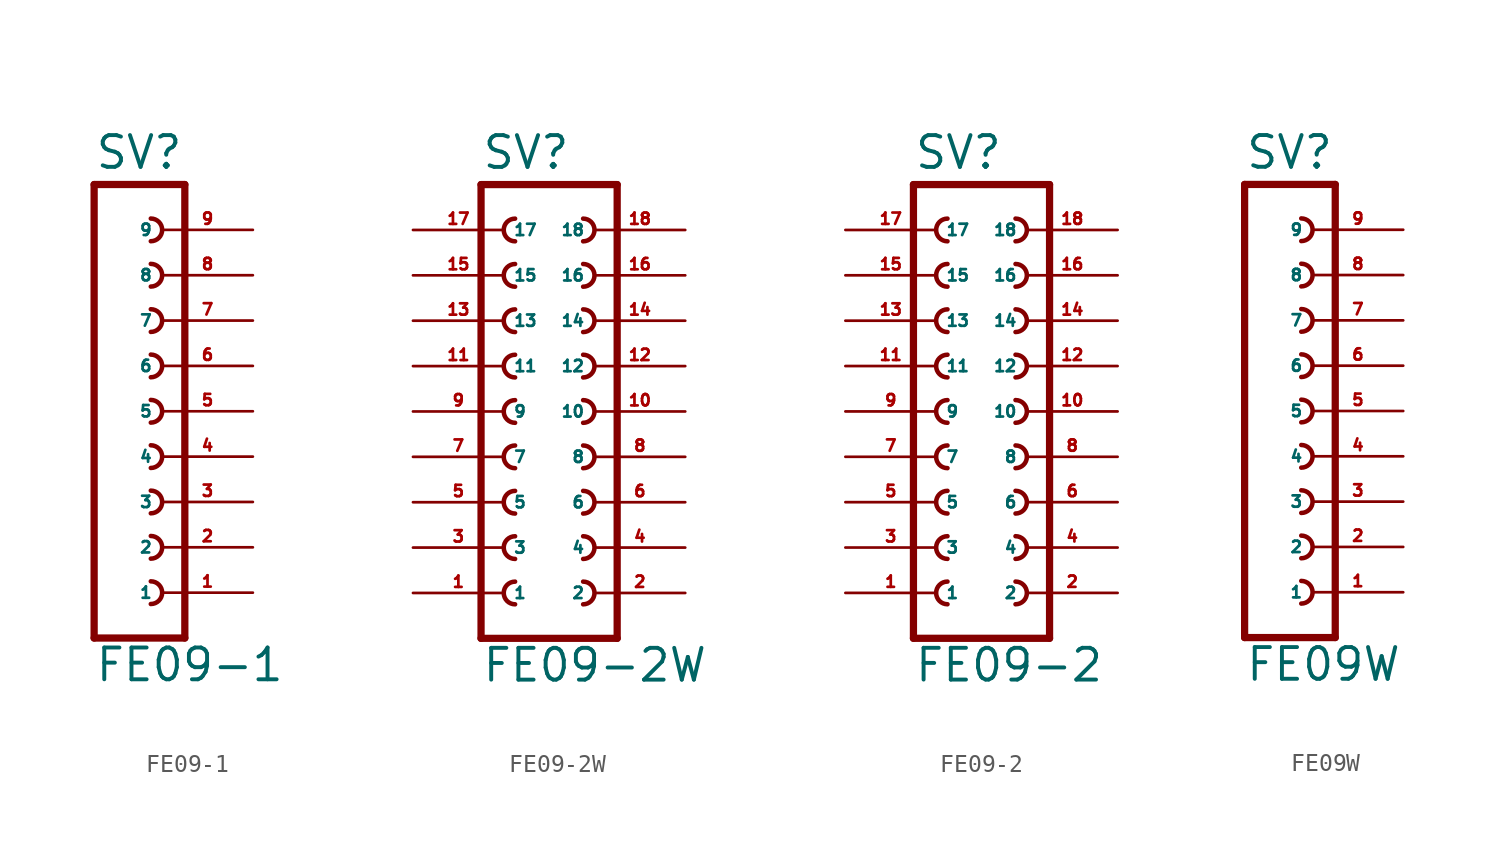
<source format=kicad_sym>
(kicad_symbol_lib
  (version 20220914)
  (generator Eagle2Kicad)
  (symbol "FE09-1"
    (property "Reference" "SV"
      (at -1.27 13.462 0)
      (effects (font (size 1.778 1.778) (thickness 0.22)) (justify left bottom)))
    (property "Value" "FE09-1"
      (at -1.27 -15.24 0)
      (effects (font (size 1.778 1.778) (thickness 0.22)) (justify left bottom)))
    (polyline
      (pts (xy 3.81 -12.7) (xy -1.27 -12.7))
      (stroke (width 0.406) (type default))
      (fill (type none)))
    (arc
      (start 1.905 -5.715)
      (mid 2.540 -5.080)
      (end 1.905 -4.445)
      (stroke (width 0.254) (type default))
      (fill (type none)))
    (arc
      (start 1.905 -8.255)
      (mid 2.540 -7.620)
      (end 1.905 -6.985)
      (stroke (width 0.254) (type default))
      (fill (type none)))
    (arc
      (start 1.905 -10.795)
      (mid 2.540 -10.160)
      (end 1.905 -9.525)
      (stroke (width 0.254) (type default))
      (fill (type none)))
    (polyline
      (pts (xy -1.27 12.7) (xy -1.27 -12.7))
      (stroke (width 0.406) (type default))
      (fill (type none)))
    (polyline
      (pts (xy 3.81 -12.7) (xy 3.81 12.7))
      (stroke (width 0.406) (type default))
      (fill (type none)))
    (polyline
      (pts (xy -1.27 12.7) (xy 3.81 12.7))
      (stroke (width 0.406) (type default))
      (fill (type none)))
    (arc
      (start 1.905 -0.635)
      (mid 2.540 0.000)
      (end 1.905 0.635)
      (stroke (width 0.254) (type default))
      (fill (type none)))
    (arc
      (start 1.905 -3.175)
      (mid 2.540 -2.540)
      (end 1.905 -1.905)
      (stroke (width 0.254) (type default))
      (fill (type none)))
    (arc
      (start 1.905 1.905)
      (mid 2.540 2.540)
      (end 1.905 3.175)
      (stroke (width 0.254) (type default))
      (fill (type none)))
    (arc
      (start 1.905 4.445)
      (mid 2.540 5.080)
      (end 1.905 5.715)
      (stroke (width 0.254) (type default))
      (fill (type none)))
    (arc
      (start 1.905 6.985)
      (mid 2.540 7.620)
      (end 1.905 8.255)
      (stroke (width 0.254) (type default))
      (fill (type none)))
    (arc
      (start 1.905 9.525)
      (mid 2.540 10.160)
      (end 1.905 10.795)
      (stroke (width 0.254) (type default))
      (fill (type none)))
    (pin passive line
      (at 7.62 -10.16 180)
      (length 5.08)
      (name "1" (effects (font (size 0.635 0.635) (thickness 0.08)) (justify left bottom)))
      (number "1" (effects (font (size 0.635 0.635) (thickness 0.08)) (justify left bottom))))
    (pin passive line
      (at 7.62 -7.62 180)
      (length 5.08)
      (name "2" (effects (font (size 0.635 0.635) (thickness 0.08)) (justify left bottom)))
      (number "2" (effects (font (size 0.635 0.635) (thickness 0.08)) (justify left bottom))))
    (pin passive line
      (at 7.62 -5.08 180)
      (length 5.08)
      (name "3" (effects (font (size 0.635 0.635) (thickness 0.08)) (justify left bottom)))
      (number "3" (effects (font (size 0.635 0.635) (thickness 0.08)) (justify left bottom))))
    (pin passive line
      (at 7.62 -2.54 180)
      (length 5.08)
      (name "4" (effects (font (size 0.635 0.635) (thickness 0.08)) (justify left bottom)))
      (number "4" (effects (font (size 0.635 0.635) (thickness 0.08)) (justify left bottom))))
    (pin passive line
      (at 7.62 0 180)
      (length 5.08)
      (name "5" (effects (font (size 0.635 0.635) (thickness 0.08)) (justify left bottom)))
      (number "5" (effects (font (size 0.635 0.635) (thickness 0.08)) (justify left bottom))))
    (pin passive line
      (at 7.62 2.54 180)
      (length 5.08)
      (name "6" (effects (font (size 0.635 0.635) (thickness 0.08)) (justify left bottom)))
      (number "6" (effects (font (size 0.635 0.635) (thickness 0.08)) (justify left bottom))))
    (pin passive line
      (at 7.62 5.08 180)
      (length 5.08)
      (name "7" (effects (font (size 0.635 0.635) (thickness 0.08)) (justify left bottom)))
      (number "7" (effects (font (size 0.635 0.635) (thickness 0.08)) (justify left bottom))))
    (pin passive line
      (at 7.62 7.62 180)
      (length 5.08)
      (name "8" (effects (font (size 0.635 0.635) (thickness 0.08)) (justify left bottom)))
      (number "8" (effects (font (size 0.635 0.635) (thickness 0.08)) (justify left bottom))))
    (pin passive line
      (at 7.62 10.16 180)
      (length 5.08)
      (name "9" (effects (font (size 0.635 0.635) (thickness 0.08)) (justify left bottom)))
      (number "9" (effects (font (size 0.635 0.635) (thickness 0.08)) (justify left bottom)))))
  (symbol "FE09-2W"
    (property "Reference" "SV"
      (at -3.81 13.462 0)
      (effects (font (size 1.778 1.778) (thickness 0.22)) (justify left bottom)))
    (property "Value" "FE09-2W"
      (at -3.81 -15.24 0)
      (effects (font (size 1.778 1.778) (thickness 0.22)) (justify left bottom)))
    (polyline
      (pts (xy 3.81 -12.7) (xy -3.81 -12.7))
      (stroke (width 0.406) (type default))
      (fill (type none)))
    (arc
      (start -1.905 -4.445)
      (mid -2.540 -5.080)
      (end -1.905 -5.715)
      (stroke (width 0.254) (type default))
      (fill (type none)))
    (arc
      (start -1.905 -6.985)
      (mid -2.540 -7.620)
      (end -1.905 -8.255)
      (stroke (width 0.254) (type default))
      (fill (type none)))
    (arc
      (start -1.905 -9.525)
      (mid -2.540 -10.160)
      (end -1.905 -10.795)
      (stroke (width 0.254) (type default))
      (fill (type none)))
    (arc
      (start 1.905 -5.715)
      (mid 2.540 -5.080)
      (end 1.905 -4.445)
      (stroke (width 0.254) (type default))
      (fill (type none)))
    (arc
      (start 1.905 -8.255)
      (mid 2.540 -7.620)
      (end 1.905 -6.985)
      (stroke (width 0.254) (type default))
      (fill (type none)))
    (arc
      (start 1.905 -10.795)
      (mid 2.540 -10.160)
      (end 1.905 -9.525)
      (stroke (width 0.254) (type default))
      (fill (type none)))
    (arc
      (start -1.905 0.635)
      (mid -2.540 0.000)
      (end -1.905 -0.635)
      (stroke (width 0.254) (type default))
      (fill (type none)))
    (arc
      (start -1.905 -1.905)
      (mid -2.540 -2.540)
      (end -1.905 -3.175)
      (stroke (width 0.254) (type default))
      (fill (type none)))
    (arc
      (start 1.905 -0.635)
      (mid 2.540 0.000)
      (end 1.905 0.635)
      (stroke (width 0.254) (type default))
      (fill (type none)))
    (arc
      (start 1.905 -3.175)
      (mid 2.540 -2.540)
      (end 1.905 -1.905)
      (stroke (width 0.254) (type default))
      (fill (type none)))
    (arc
      (start -1.905 8.255)
      (mid -2.540 7.620)
      (end -1.905 6.985)
      (stroke (width 0.254) (type default))
      (fill (type none)))
    (arc
      (start -1.905 5.715)
      (mid -2.540 5.080)
      (end -1.905 4.445)
      (stroke (width 0.254) (type default))
      (fill (type none)))
    (arc
      (start -1.905 3.175)
      (mid -2.540 2.540)
      (end -1.905 1.905)
      (stroke (width 0.254) (type default))
      (fill (type none)))
    (arc
      (start 1.905 6.985)
      (mid 2.540 7.620)
      (end 1.905 8.255)
      (stroke (width 0.254) (type default))
      (fill (type none)))
    (arc
      (start 1.905 4.445)
      (mid 2.540 5.080)
      (end 1.905 5.715)
      (stroke (width 0.254) (type default))
      (fill (type none)))
    (arc
      (start 1.905 1.905)
      (mid 2.540 2.540)
      (end 1.905 3.175)
      (stroke (width 0.254) (type default))
      (fill (type none)))
    (polyline
      (pts (xy -3.81 12.7) (xy -3.81 -12.7))
      (stroke (width 0.406) (type default))
      (fill (type none)))
    (polyline
      (pts (xy 3.81 -12.7) (xy 3.81 12.7))
      (stroke (width 0.406) (type default))
      (fill (type none)))
    (polyline
      (pts (xy -3.81 12.7) (xy 3.81 12.7))
      (stroke (width 0.406) (type default))
      (fill (type none)))
    (arc
      (start -1.905 10.795)
      (mid -2.540 10.160)
      (end -1.905 9.525)
      (stroke (width 0.254) (type default))
      (fill (type none)))
    (arc
      (start 1.905 9.525)
      (mid 2.540 10.160)
      (end 1.905 10.795)
      (stroke (width 0.254) (type default))
      (fill (type none)))
    (pin passive line
      (at -7.62 -10.16 0)
      (length 5.08)
      (name "1" (effects (font (size 0.635 0.635) (thickness 0.08)) (justify left bottom)))
      (number "1" (effects (font (size 0.635 0.635) (thickness 0.08)) (justify left bottom))))
    (pin passive line
      (at -7.62 -7.62 0)
      (length 5.08)
      (name "3" (effects (font (size 0.635 0.635) (thickness 0.08)) (justify left bottom)))
      (number "3" (effects (font (size 0.635 0.635) (thickness 0.08)) (justify left bottom))))
    (pin passive line
      (at -7.62 -5.08 0)
      (length 5.08)
      (name "5" (effects (font (size 0.635 0.635) (thickness 0.08)) (justify left bottom)))
      (number "5" (effects (font (size 0.635 0.635) (thickness 0.08)) (justify left bottom))))
    (pin passive line
      (at 7.62 -10.16 180)
      (length 5.08)
      (name "2" (effects (font (size 0.635 0.635) (thickness 0.08)) (justify left bottom)))
      (number "2" (effects (font (size 0.635 0.635) (thickness 0.08)) (justify left bottom))))
    (pin passive line
      (at 7.62 -7.62 180)
      (length 5.08)
      (name "4" (effects (font (size 0.635 0.635) (thickness 0.08)) (justify left bottom)))
      (number "4" (effects (font (size 0.635 0.635) (thickness 0.08)) (justify left bottom))))
    (pin passive line
      (at 7.62 -5.08 180)
      (length 5.08)
      (name "6" (effects (font (size 0.635 0.635) (thickness 0.08)) (justify left bottom)))
      (number "6" (effects (font (size 0.635 0.635) (thickness 0.08)) (justify left bottom))))
    (pin passive line
      (at -7.62 -2.54 0)
      (length 5.08)
      (name "7" (effects (font (size 0.635 0.635) (thickness 0.08)) (justify left bottom)))
      (number "7" (effects (font (size 0.635 0.635) (thickness 0.08)) (justify left bottom))))
    (pin passive line
      (at -7.62 0 0)
      (length 5.08)
      (name "9" (effects (font (size 0.635 0.635) (thickness 0.08)) (justify left bottom)))
      (number "9" (effects (font (size 0.635 0.635) (thickness 0.08)) (justify left bottom))))
    (pin passive line
      (at 7.62 -2.54 180)
      (length 5.08)
      (name "8" (effects (font (size 0.635 0.635) (thickness 0.08)) (justify left bottom)))
      (number "8" (effects (font (size 0.635 0.635) (thickness 0.08)) (justify left bottom))))
    (pin passive line
      (at 7.62 0 180)
      (length 5.08)
      (name "10" (effects (font (size 0.635 0.635) (thickness 0.08)) (justify left bottom)))
      (number "10" (effects (font (size 0.635 0.635) (thickness 0.08)) (justify left bottom))))
    (pin passive line
      (at -7.62 2.54 0)
      (length 5.08)
      (name "11" (effects (font (size 0.635 0.635) (thickness 0.08)) (justify left bottom)))
      (number "11" (effects (font (size 0.635 0.635) (thickness 0.08)) (justify left bottom))))
    (pin passive line
      (at -7.62 5.08 0)
      (length 5.08)
      (name "13" (effects (font (size 0.635 0.635) (thickness 0.08)) (justify left bottom)))
      (number "13" (effects (font (size 0.635 0.635) (thickness 0.08)) (justify left bottom))))
    (pin passive line
      (at -7.62 7.62 0)
      (length 5.08)
      (name "15" (effects (font (size 0.635 0.635) (thickness 0.08)) (justify left bottom)))
      (number "15" (effects (font (size 0.635 0.635) (thickness 0.08)) (justify left bottom))))
    (pin passive line
      (at 7.62 2.54 180)
      (length 5.08)
      (name "12" (effects (font (size 0.635 0.635) (thickness 0.08)) (justify left bottom)))
      (number "12" (effects (font (size 0.635 0.635) (thickness 0.08)) (justify left bottom))))
    (pin passive line
      (at 7.62 5.08 180)
      (length 5.08)
      (name "14" (effects (font (size 0.635 0.635) (thickness 0.08)) (justify left bottom)))
      (number "14" (effects (font (size 0.635 0.635) (thickness 0.08)) (justify left bottom))))
    (pin passive line
      (at 7.62 7.62 180)
      (length 5.08)
      (name "16" (effects (font (size 0.635 0.635) (thickness 0.08)) (justify left bottom)))
      (number "16" (effects (font (size 0.635 0.635) (thickness 0.08)) (justify left bottom))))
    (pin passive line
      (at -7.62 10.16 0)
      (length 5.08)
      (name "17" (effects (font (size 0.635 0.635) (thickness 0.08)) (justify left bottom)))
      (number "17" (effects (font (size 0.635 0.635) (thickness 0.08)) (justify left bottom))))
    (pin passive line
      (at 7.62 10.16 180)
      (length 5.08)
      (name "18" (effects (font (size 0.635 0.635) (thickness 0.08)) (justify left bottom)))
      (number "18" (effects (font (size 0.635 0.635) (thickness 0.08)) (justify left bottom)))))
  (symbol "FE09-2"
    (property "Reference" "SV"
      (at -3.81 13.462 0)
      (effects (font (size 1.778 1.778) (thickness 0.22)) (justify left bottom)))
    (property "Value" "FE09-2"
      (at -3.81 -15.24 0)
      (effects (font (size 1.778 1.778) (thickness 0.22)) (justify left bottom)))
    (polyline
      (pts (xy 3.81 -12.7) (xy -3.81 -12.7))
      (stroke (width 0.406) (type default))
      (fill (type none)))
    (arc
      (start -1.905 -4.445)
      (mid -2.540 -5.080)
      (end -1.905 -5.715)
      (stroke (width 0.254) (type default))
      (fill (type none)))
    (arc
      (start -1.905 -6.985)
      (mid -2.540 -7.620)
      (end -1.905 -8.255)
      (stroke (width 0.254) (type default))
      (fill (type none)))
    (arc
      (start -1.905 -9.525)
      (mid -2.540 -10.160)
      (end -1.905 -10.795)
      (stroke (width 0.254) (type default))
      (fill (type none)))
    (arc
      (start 1.905 -5.715)
      (mid 2.540 -5.080)
      (end 1.905 -4.445)
      (stroke (width 0.254) (type default))
      (fill (type none)))
    (arc
      (start 1.905 -8.255)
      (mid 2.540 -7.620)
      (end 1.905 -6.985)
      (stroke (width 0.254) (type default))
      (fill (type none)))
    (arc
      (start 1.905 -10.795)
      (mid 2.540 -10.160)
      (end 1.905 -9.525)
      (stroke (width 0.254) (type default))
      (fill (type none)))
    (arc
      (start -1.905 0.635)
      (mid -2.540 0.000)
      (end -1.905 -0.635)
      (stroke (width 0.254) (type default))
      (fill (type none)))
    (arc
      (start -1.905 -1.905)
      (mid -2.540 -2.540)
      (end -1.905 -3.175)
      (stroke (width 0.254) (type default))
      (fill (type none)))
    (arc
      (start 1.905 -0.635)
      (mid 2.540 0.000)
      (end 1.905 0.635)
      (stroke (width 0.254) (type default))
      (fill (type none)))
    (arc
      (start 1.905 -3.175)
      (mid 2.540 -2.540)
      (end 1.905 -1.905)
      (stroke (width 0.254) (type default))
      (fill (type none)))
    (arc
      (start -1.905 8.255)
      (mid -2.540 7.620)
      (end -1.905 6.985)
      (stroke (width 0.254) (type default))
      (fill (type none)))
    (arc
      (start -1.905 5.715)
      (mid -2.540 5.080)
      (end -1.905 4.445)
      (stroke (width 0.254) (type default))
      (fill (type none)))
    (arc
      (start -1.905 3.175)
      (mid -2.540 2.540)
      (end -1.905 1.905)
      (stroke (width 0.254) (type default))
      (fill (type none)))
    (arc
      (start 1.905 6.985)
      (mid 2.540 7.620)
      (end 1.905 8.255)
      (stroke (width 0.254) (type default))
      (fill (type none)))
    (arc
      (start 1.905 4.445)
      (mid 2.540 5.080)
      (end 1.905 5.715)
      (stroke (width 0.254) (type default))
      (fill (type none)))
    (arc
      (start 1.905 1.905)
      (mid 2.540 2.540)
      (end 1.905 3.175)
      (stroke (width 0.254) (type default))
      (fill (type none)))
    (polyline
      (pts (xy -3.81 12.7) (xy -3.81 -12.7))
      (stroke (width 0.406) (type default))
      (fill (type none)))
    (polyline
      (pts (xy 3.81 -12.7) (xy 3.81 12.7))
      (stroke (width 0.406) (type default))
      (fill (type none)))
    (polyline
      (pts (xy -3.81 12.7) (xy 3.81 12.7))
      (stroke (width 0.406) (type default))
      (fill (type none)))
    (arc
      (start -1.905 10.795)
      (mid -2.540 10.160)
      (end -1.905 9.525)
      (stroke (width 0.254) (type default))
      (fill (type none)))
    (arc
      (start 1.905 9.525)
      (mid 2.540 10.160)
      (end 1.905 10.795)
      (stroke (width 0.254) (type default))
      (fill (type none)))
    (pin passive line
      (at -7.62 -10.16 0)
      (length 5.08)
      (name "1" (effects (font (size 0.635 0.635) (thickness 0.08)) (justify left bottom)))
      (number "1" (effects (font (size 0.635 0.635) (thickness 0.08)) (justify left bottom))))
    (pin passive line
      (at -7.62 -7.62 0)
      (length 5.08)
      (name "3" (effects (font (size 0.635 0.635) (thickness 0.08)) (justify left bottom)))
      (number "3" (effects (font (size 0.635 0.635) (thickness 0.08)) (justify left bottom))))
    (pin passive line
      (at -7.62 -5.08 0)
      (length 5.08)
      (name "5" (effects (font (size 0.635 0.635) (thickness 0.08)) (justify left bottom)))
      (number "5" (effects (font (size 0.635 0.635) (thickness 0.08)) (justify left bottom))))
    (pin passive line
      (at 7.62 -10.16 180)
      (length 5.08)
      (name "2" (effects (font (size 0.635 0.635) (thickness 0.08)) (justify left bottom)))
      (number "2" (effects (font (size 0.635 0.635) (thickness 0.08)) (justify left bottom))))
    (pin passive line
      (at 7.62 -7.62 180)
      (length 5.08)
      (name "4" (effects (font (size 0.635 0.635) (thickness 0.08)) (justify left bottom)))
      (number "4" (effects (font (size 0.635 0.635) (thickness 0.08)) (justify left bottom))))
    (pin passive line
      (at 7.62 -5.08 180)
      (length 5.08)
      (name "6" (effects (font (size 0.635 0.635) (thickness 0.08)) (justify left bottom)))
      (number "6" (effects (font (size 0.635 0.635) (thickness 0.08)) (justify left bottom))))
    (pin passive line
      (at -7.62 -2.54 0)
      (length 5.08)
      (name "7" (effects (font (size 0.635 0.635) (thickness 0.08)) (justify left bottom)))
      (number "7" (effects (font (size 0.635 0.635) (thickness 0.08)) (justify left bottom))))
    (pin passive line
      (at -7.62 0 0)
      (length 5.08)
      (name "9" (effects (font (size 0.635 0.635) (thickness 0.08)) (justify left bottom)))
      (number "9" (effects (font (size 0.635 0.635) (thickness 0.08)) (justify left bottom))))
    (pin passive line
      (at 7.62 -2.54 180)
      (length 5.08)
      (name "8" (effects (font (size 0.635 0.635) (thickness 0.08)) (justify left bottom)))
      (number "8" (effects (font (size 0.635 0.635) (thickness 0.08)) (justify left bottom))))
    (pin passive line
      (at 7.62 0 180)
      (length 5.08)
      (name "10" (effects (font (size 0.635 0.635) (thickness 0.08)) (justify left bottom)))
      (number "10" (effects (font (size 0.635 0.635) (thickness 0.08)) (justify left bottom))))
    (pin passive line
      (at -7.62 2.54 0)
      (length 5.08)
      (name "11" (effects (font (size 0.635 0.635) (thickness 0.08)) (justify left bottom)))
      (number "11" (effects (font (size 0.635 0.635) (thickness 0.08)) (justify left bottom))))
    (pin passive line
      (at -7.62 5.08 0)
      (length 5.08)
      (name "13" (effects (font (size 0.635 0.635) (thickness 0.08)) (justify left bottom)))
      (number "13" (effects (font (size 0.635 0.635) (thickness 0.08)) (justify left bottom))))
    (pin passive line
      (at -7.62 7.62 0)
      (length 5.08)
      (name "15" (effects (font (size 0.635 0.635) (thickness 0.08)) (justify left bottom)))
      (number "15" (effects (font (size 0.635 0.635) (thickness 0.08)) (justify left bottom))))
    (pin passive line
      (at 7.62 2.54 180)
      (length 5.08)
      (name "12" (effects (font (size 0.635 0.635) (thickness 0.08)) (justify left bottom)))
      (number "12" (effects (font (size 0.635 0.635) (thickness 0.08)) (justify left bottom))))
    (pin passive line
      (at 7.62 5.08 180)
      (length 5.08)
      (name "14" (effects (font (size 0.635 0.635) (thickness 0.08)) (justify left bottom)))
      (number "14" (effects (font (size 0.635 0.635) (thickness 0.08)) (justify left bottom))))
    (pin passive line
      (at 7.62 7.62 180)
      (length 5.08)
      (name "16" (effects (font (size 0.635 0.635) (thickness 0.08)) (justify left bottom)))
      (number "16" (effects (font (size 0.635 0.635) (thickness 0.08)) (justify left bottom))))
    (pin passive line
      (at -7.62 10.16 0)
      (length 5.08)
      (name "17" (effects (font (size 0.635 0.635) (thickness 0.08)) (justify left bottom)))
      (number "17" (effects (font (size 0.635 0.635) (thickness 0.08)) (justify left bottom))))
    (pin passive line
      (at 7.62 10.16 180)
      (length 5.08)
      (name "18" (effects (font (size 0.635 0.635) (thickness 0.08)) (justify left bottom)))
      (number "18" (effects (font (size 0.635 0.635) (thickness 0.08)) (justify left bottom)))))
  (symbol "FE09W"
    (property "Reference" "SV"
      (at -1.27 13.462 0)
      (effects (font (size 1.778 1.778) (thickness 0.22)) (justify left bottom)))
    (property "Value" "FE09W"
      (at -1.27 -15.24 0)
      (effects (font (size 1.778 1.778) (thickness 0.22)) (justify left bottom)))
    (polyline
      (pts (xy 3.81 -12.7) (xy -1.27 -12.7))
      (stroke (width 0.406) (type default))
      (fill (type none)))
    (arc
      (start 1.905 -5.715)
      (mid 2.540 -5.080)
      (end 1.905 -4.445)
      (stroke (width 0.254) (type default))
      (fill (type none)))
    (arc
      (start 1.905 -8.255)
      (mid 2.540 -7.620)
      (end 1.905 -6.985)
      (stroke (width 0.254) (type default))
      (fill (type none)))
    (arc
      (start 1.905 -10.795)
      (mid 2.540 -10.160)
      (end 1.905 -9.525)
      (stroke (width 0.254) (type default))
      (fill (type none)))
    (polyline
      (pts (xy -1.27 12.7) (xy -1.27 -12.7))
      (stroke (width 0.406) (type default))
      (fill (type none)))
    (polyline
      (pts (xy 3.81 -12.7) (xy 3.81 12.7))
      (stroke (width 0.406) (type default))
      (fill (type none)))
    (polyline
      (pts (xy -1.27 12.7) (xy 3.81 12.7))
      (stroke (width 0.406) (type default))
      (fill (type none)))
    (arc
      (start 1.905 -0.635)
      (mid 2.540 0.000)
      (end 1.905 0.635)
      (stroke (width 0.254) (type default))
      (fill (type none)))
    (arc
      (start 1.905 -3.175)
      (mid 2.540 -2.540)
      (end 1.905 -1.905)
      (stroke (width 0.254) (type default))
      (fill (type none)))
    (arc
      (start 1.905 1.905)
      (mid 2.540 2.540)
      (end 1.905 3.175)
      (stroke (width 0.254) (type default))
      (fill (type none)))
    (arc
      (start 1.905 4.445)
      (mid 2.540 5.080)
      (end 1.905 5.715)
      (stroke (width 0.254) (type default))
      (fill (type none)))
    (arc
      (start 1.905 6.985)
      (mid 2.540 7.620)
      (end 1.905 8.255)
      (stroke (width 0.254) (type default))
      (fill (type none)))
    (arc
      (start 1.905 9.525)
      (mid 2.540 10.160)
      (end 1.905 10.795)
      (stroke (width 0.254) (type default))
      (fill (type none)))
    (pin passive line
      (at 7.62 -10.16 180)
      (length 5.08)
      (name "1" (effects (font (size 0.635 0.635) (thickness 0.08)) (justify left bottom)))
      (number "1" (effects (font (size 0.635 0.635) (thickness 0.08)) (justify left bottom))))
    (pin passive line
      (at 7.62 -7.62 180)
      (length 5.08)
      (name "2" (effects (font (size 0.635 0.635) (thickness 0.08)) (justify left bottom)))
      (number "2" (effects (font (size 0.635 0.635) (thickness 0.08)) (justify left bottom))))
    (pin passive line
      (at 7.62 -5.08 180)
      (length 5.08)
      (name "3" (effects (font (size 0.635 0.635) (thickness 0.08)) (justify left bottom)))
      (number "3" (effects (font (size 0.635 0.635) (thickness 0.08)) (justify left bottom))))
    (pin passive line
      (at 7.62 -2.54 180)
      (length 5.08)
      (name "4" (effects (font (size 0.635 0.635) (thickness 0.08)) (justify left bottom)))
      (number "4" (effects (font (size 0.635 0.635) (thickness 0.08)) (justify left bottom))))
    (pin passive line
      (at 7.62 0 180)
      (length 5.08)
      (name "5" (effects (font (size 0.635 0.635) (thickness 0.08)) (justify left bottom)))
      (number "5" (effects (font (size 0.635 0.635) (thickness 0.08)) (justify left bottom))))
    (pin passive line
      (at 7.62 2.54 180)
      (length 5.08)
      (name "6" (effects (font (size 0.635 0.635) (thickness 0.08)) (justify left bottom)))
      (number "6" (effects (font (size 0.635 0.635) (thickness 0.08)) (justify left bottom))))
    (pin passive line
      (at 7.62 5.08 180)
      (length 5.08)
      (name "7" (effects (font (size 0.635 0.635) (thickness 0.08)) (justify left bottom)))
      (number "7" (effects (font (size 0.635 0.635) (thickness 0.08)) (justify left bottom))))
    (pin passive line
      (at 7.62 7.62 180)
      (length 5.08)
      (name "8" (effects (font (size 0.635 0.635) (thickness 0.08)) (justify left bottom)))
      (number "8" (effects (font (size 0.635 0.635) (thickness 0.08)) (justify left bottom))))
    (pin passive line
      (at 7.62 10.16 180)
      (length 5.08)
      (name "9" (effects (font (size 0.635 0.635) (thickness 0.08)) (justify left bottom)))
      (number "9" (effects (font (size 0.635 0.635) (thickness 0.08)) (justify left bottom))))))
</source>
